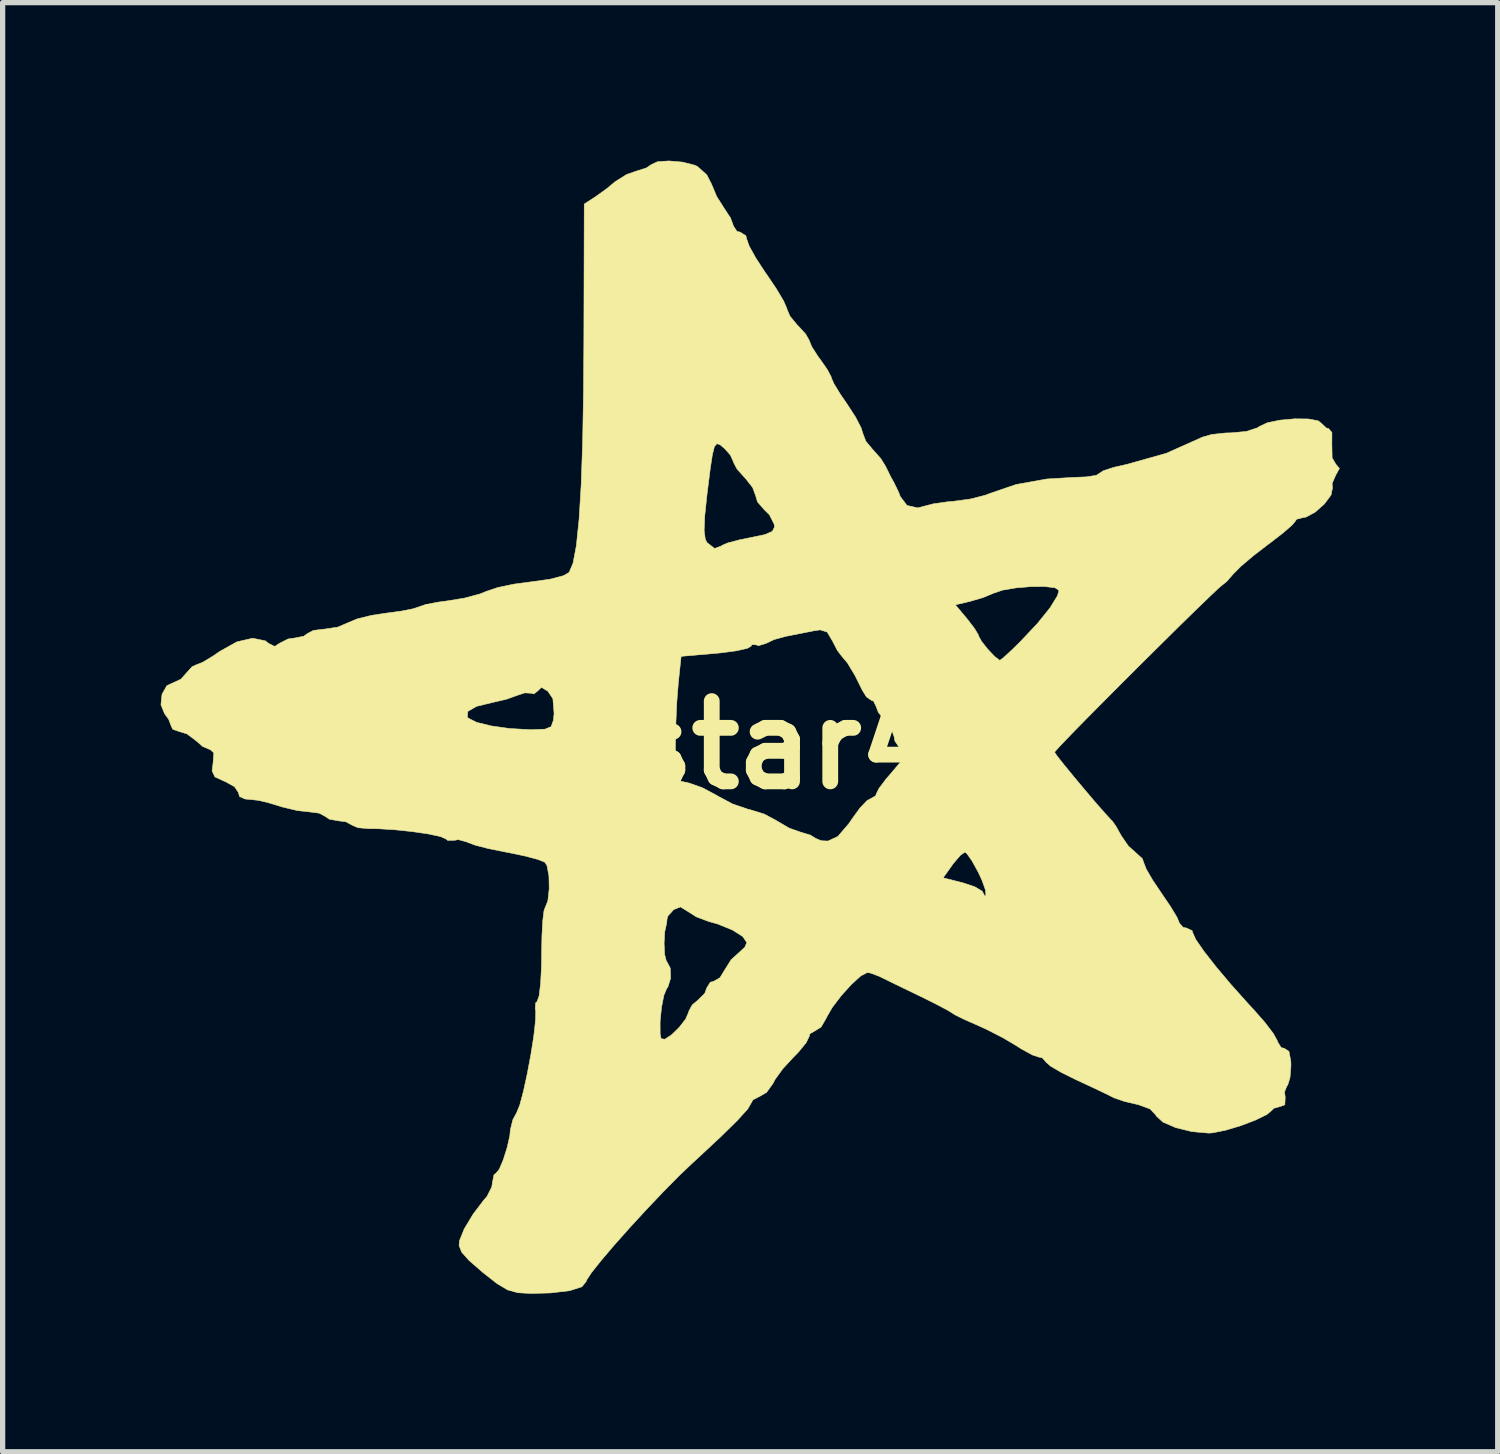
<source format=kicad_pcb>
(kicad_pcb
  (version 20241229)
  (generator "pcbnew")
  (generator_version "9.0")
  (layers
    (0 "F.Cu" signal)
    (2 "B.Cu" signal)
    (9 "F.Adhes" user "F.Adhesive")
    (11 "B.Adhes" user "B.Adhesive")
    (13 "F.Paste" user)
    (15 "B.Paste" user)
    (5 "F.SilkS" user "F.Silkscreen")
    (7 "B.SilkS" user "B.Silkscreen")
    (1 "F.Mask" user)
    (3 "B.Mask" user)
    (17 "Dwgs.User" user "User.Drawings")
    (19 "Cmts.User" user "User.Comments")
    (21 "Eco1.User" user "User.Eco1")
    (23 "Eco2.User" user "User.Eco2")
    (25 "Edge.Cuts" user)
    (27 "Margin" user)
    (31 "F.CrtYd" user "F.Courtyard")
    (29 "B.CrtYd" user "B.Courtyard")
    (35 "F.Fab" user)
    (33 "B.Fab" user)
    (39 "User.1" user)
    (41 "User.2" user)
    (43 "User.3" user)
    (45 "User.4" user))
  (footprint "star4"
    (layer "F.Cu")
    (at 11.803 11.093)
    (property "Reference" "star4" (at 0 0 0) (layer "F.SilkS") (effects (font (size 1.524 1.524) (thickness 0.3))))
    (attr through_hole)
    (fp_poly (pts (xy -1.898 -11.066) (xy -1.668 -11.008) (xy -1.615 -10.984) (xy -1.437 -10.824) (xy -1.347 -10.649) (xy -1.249 -10.414) (xy -1.109 -10.193) (xy -0.986 -10.006) (xy -0.932 -9.858) (xy -0.931 -9.852) (xy -0.863 -9.75) (xy -0.804 -9.737) (xy -0.695 -9.668) (xy -0.677 -9.599) (xy -0.63 -9.468) (xy -0.506 -9.245) (xy -0.33 -8.976) (xy -0.296 -8.928) (xy -0.114 -8.658) (xy 0.021 -8.431) (xy 0.083 -8.289) (xy 0.085 -8.276) (xy 0.142 -8.141) (xy 0.282 -7.972) (xy 0.296 -7.959) (xy 0.44 -7.802) (xy 0.507 -7.684) (xy 0.508 -7.677) (xy 0.556 -7.562) (xy 0.674 -7.378) (xy 0.72 -7.316) (xy 0.853 -7.125) (xy 0.926 -6.986) (xy 0.931 -6.963) (xy 0.977 -6.859) (xy 1.096 -6.664) (xy 1.228 -6.471) (xy 1.387 -6.226) (xy 1.494 -6.019) (xy 1.524 -5.919) (xy 1.583 -5.766) (xy 1.703 -5.622) (xy 1.866 -5.439) (xy 1.957 -5.292) (xy 2.056 -5.09) (xy 2.11 -4.995) (xy 2.206 -4.799) (xy 2.236 -4.718) (xy 2.364 -4.548) (xy 2.571 -4.502) (xy 2.688 -4.534) (xy 2.858 -4.578) (xy 3.12 -4.616) (xy 3.26 -4.629) (xy 3.569 -4.671) (xy 3.851 -4.743) (xy 3.937 -4.776) (xy 4.435 -4.946) (xy 5.019 -5.051) (xy 5.505 -5.08) (xy 5.772 -5.091) (xy 5.956 -5.12) (xy 6.011 -5.154) (xy 6.088 -5.206) (xy 6.286 -5.271) (xy 6.54 -5.329) (xy 7.285 -5.538) (xy 7.979 -5.848) (xy 8.15 -5.896) (xy 8.41 -5.924) (xy 8.522 -5.927) (xy 8.803 -5.953) (xy 9.013 -6.021) (xy 9.054 -6.048) (xy 9.205 -6.119) (xy 9.447 -6.168) (xy 9.723 -6.193) (xy 9.981 -6.19) (xy 10.167 -6.156) (xy 10.226 -6.111) (xy 10.326 -6.017) (xy 10.362 -6.011) (xy 10.43 -5.934) (xy 10.429 -5.705) (xy 10.434 -5.452) (xy 10.504 -5.331) (xy 10.572 -5.251) (xy 10.508 -5.134) (xy 10.505 -5.13) (xy 10.434 -4.968) (xy 10.44 -4.879) (xy 10.413 -4.746) (xy 10.288 -4.578) (xy 10.113 -4.422) (xy 9.939 -4.328) (xy 9.88 -4.318) (xy 9.757 -4.286) (xy 9.737 -4.252) (xy 9.673 -4.175) (xy 9.505 -4.029) (xy 9.266 -3.844) (xy 9.221 -3.811) (xy 8.945 -3.599) (xy 8.707 -3.398) (xy 8.557 -3.248) (xy 8.552 -3.242) (xy 8.431 -3.103) (xy 8.361 -3.048) (xy 8.292 -2.991) (xy 8.123 -2.832) (xy 7.874 -2.592) (xy 7.563 -2.288) (xy 7.211 -1.94) (xy 6.835 -1.568) (xy 6.456 -1.19) (xy 6.093 -0.825) (xy 5.764 -0.493) (xy 5.489 -0.212) (xy 5.288 -0.003) (xy 5.179 0.116) (xy 5.165 0.136) (xy 5.215 0.21) (xy 5.348 0.378) (xy 5.535 0.606) (xy 5.746 0.858) (xy 5.953 1.102) (xy 6.128 1.301) (xy 6.241 1.424) (xy 6.258 1.439) (xy 6.329 1.538) (xy 6.429 1.717) (xy 6.431 1.721) (xy 6.567 1.918) (xy 6.706 2.042) (xy 6.832 2.157) (xy 6.858 2.233) (xy 6.905 2.354) (xy 7.027 2.564) (xy 7.197 2.816) (xy 7.367 3.067) (xy 7.489 3.269) (xy 7.535 3.38) (xy 7.535 3.38) (xy 7.604 3.461) (xy 7.662 3.471) (xy 7.775 3.522) (xy 7.789 3.565) (xy 7.844 3.688) (xy 7.996 3.909) (xy 8.225 4.202) (xy 8.51 4.541) (xy 8.832 4.901) (xy 8.94 5.018) (xy 9.157 5.264) (xy 9.318 5.476) (xy 9.395 5.615) (xy 9.398 5.632) (xy 9.466 5.743) (xy 9.525 5.757) (xy 9.614 5.814) (xy 9.65 6.002) (xy 9.652 6.091) (xy 9.634 6.315) (xy 9.59 6.457) (xy 9.575 6.472) (xy 9.531 6.582) (xy 9.543 6.689) (xy 9.536 6.829) (xy 9.457 6.858) (xy 9.325 6.895) (xy 9.299 6.925) (xy 9.195 7.013) (xy 8.978 7.119) (xy 8.699 7.225) (xy 8.41 7.312) (xy 8.164 7.361) (xy 8.09 7.366) (xy 7.77 7.337) (xy 7.465 7.262) (xy 7.222 7.157) (xy 7.093 7.039) (xy 7.085 7.02) (xy 6.979 6.908) (xy 6.757 6.826) (xy 6.732 6.821) (xy 6.484 6.762) (xy 6.294 6.696) (xy 6.276 6.687) (xy 6.134 6.616) (xy 5.888 6.499) (xy 5.591 6.361) (xy 5.567 6.35) (xy 5.291 6.213) (xy 5.088 6.094) (xy 4.997 6.014) (xy 4.995 6.007) (xy 4.928 5.934) (xy 4.88 5.927) (xy 4.743 5.882) (xy 4.537 5.769) (xy 4.456 5.717) (xy 4.191 5.559) (xy 3.866 5.393) (xy 3.703 5.319) (xy 3.454 5.209) (xy 3.275 5.121) (xy 3.217 5.084) (xy 3.126 5.028) (xy 2.921 4.92) (xy 2.645 4.782) (xy 2.582 4.752) (xy 2.278 4.605) (xy 2.019 4.479) (xy 1.856 4.399) (xy 1.843 4.392) (xy 1.677 4.329) (xy 1.61 4.318) (xy 1.488 4.381) (xy 1.311 4.541) (xy 1.118 4.754) (xy 0.947 4.978) (xy 0.837 5.168) (xy 0.83 5.186) (xy 0.733 5.353) (xy 0.627 5.419) (xy 0.52 5.481) (xy 0.508 5.529) (xy 0.451 5.648) (xy 0.305 5.827) (xy 0.203 5.931) (xy 0.006 6.145) (xy -0.142 6.35) (xy -0.179 6.422) (xy -0.302 6.593) (xy -0.424 6.664) (xy -0.561 6.735) (xy -0.593 6.793) (xy -0.658 6.906) (xy -0.854 7.123) (xy -1.179 7.442) (xy -1.629 7.861) (xy -1.696 7.922) (xy -1.958 8.171) (xy -2.261 8.478) (xy -2.583 8.817) (xy -2.903 9.165) (xy -3.198 9.497) (xy -3.446 9.789) (xy -3.627 10.017) (xy -3.719 10.157) (xy -3.725 10.18) (xy -3.806 10.282) (xy -4.038 10.357) (xy -4.402 10.4) (xy -4.784 10.41) (xy -5.023 10.396) (xy -5.215 10.343) (xy -5.416 10.224) (xy -5.683 10.015) (xy -5.691 10.008) (xy -5.948 9.785) (xy -6.089 9.626) (xy -6.139 9.498) (xy -6.132 9.411) (xy -6.042 9.187) (xy -5.873 8.906) (xy -5.666 8.633) (xy -5.609 8.569) (xy -5.518 8.388) (xy -5.503 8.291) (xy -5.476 8.157) (xy -5.439 8.128) (xy -5.377 8.055) (xy -5.3 7.874) (xy -5.227 7.642) (xy -5.176 7.419) (xy -5.165 7.302) (xy -5.118 7.112) (xy -5.048 6.983) (xy -4.987 6.835) (xy -4.917 6.572) (xy -4.844 6.238) (xy -4.776 5.876) (xy -4.721 5.528) (xy -4.69 5.252) (xy -2.323 5.252) (xy -2.322 5.48) (xy -2.305 5.573) (xy -2.234 5.585) (xy -2.106 5.501) (xy -1.96 5.359) (xy -1.837 5.2) (xy -1.779 5.066) (xy -1.778 5.053) (xy -1.713 4.933) (xy -1.609 4.846) (xy -1.475 4.714) (xy -1.439 4.614) (xy -1.371 4.502) (xy -1.31 4.487) (xy -1.187 4.417) (xy -1.102 4.278) (xy -0.974 4.074) (xy -0.85 3.962) (xy -0.715 3.838) (xy -0.677 3.749) (xy -0.753 3.635) (xy -0.952 3.509) (xy -1.231 3.396) (xy -1.397 3.35) (xy -1.632 3.262) (xy -1.798 3.157) (xy -1.937 3.072) (xy -2.062 3.122) (xy -2.07 3.129) (xy -2.172 3.241) (xy -2.189 3.289) (xy -2.2 3.387) (xy -2.235 3.546) (xy -2.247 3.766) (xy -2.237 3.974) (xy -2.205 4.1) (xy -2.196 4.109) (xy -2.13 4.233) (xy -2.123 4.424) (xy -2.175 4.592) (xy -2.196 4.619) (xy -2.252 4.752) (xy -2.297 4.986) (xy -2.323 5.252) (xy -4.69 5.252) (xy -4.688 5.238) (xy -4.683 5.048) (xy -4.693 5.004) (xy -4.685 4.893) (xy -4.658 4.869) (xy -4.62 4.765) (xy -4.591 4.527) (xy -4.574 4.193) (xy -4.572 3.988) (xy -4.566 3.629) (xy -4.55 3.335) (xy -4.527 3.146) (xy -4.511 3.1) (xy -4.454 2.96) (xy -4.428 2.731) (xy -4.432 2.52) (xy 3.05 2.52) (xy 3.43 2.616) (xy 3.655 2.692) (xy 3.792 2.775) (xy 3.81 2.809) (xy 3.842 2.868) (xy 3.861 2.856) (xy 3.856 2.758) (xy 3.786 2.563) (xy 3.719 2.418) (xy 3.598 2.198) (xy 3.499 2.058) (xy 3.462 2.032) (xy 3.375 2.094) (xy 3.245 2.247) (xy 3.224 2.276) (xy 3.05 2.52) (xy -4.432 2.52) (xy -4.433 2.484) (xy -4.47 2.289) (xy -4.508 2.226) (xy -4.639 2.172) (xy -4.887 2.106) (xy -5.203 2.04) (xy -5.249 2.032) (xy -5.57 1.968) (xy -5.83 1.901) (xy -5.98 1.846) (xy -5.989 1.84) (xy -6.154 1.794) (xy -6.219 1.807) (xy -6.354 1.81) (xy -6.391 1.781) (xy -6.493 1.736) (xy -6.719 1.688) (xy -7.022 1.643) (xy -7.356 1.608) (xy -7.676 1.588) (xy -7.853 1.586) (xy -8.056 1.569) (xy -8.173 1.519) (xy -8.176 1.516) (xy -8.288 1.456) (xy -8.424 1.439) (xy -8.602 1.407) (xy -8.678 1.355) (xy -8.793 1.293) (xy -8.969 1.27) (xy -9.21 1.243) (xy -9.491 1.176) (xy -9.536 1.162) (xy -9.77 1.091) (xy -9.943 1.051) (xy -9.97 1.047) (xy -10.2 1.024) (xy -10.305 0.978) (xy -10.329 0.897) (xy -10.401 0.791) (xy -10.576 0.693) (xy -10.594 0.686) (xy -10.773 0.604) (xy -10.827 0.492) (xy -10.808 0.339) (xy -10.794 0.148) (xy -10.863 0.085) (xy -10.869 0.085) (xy -11.005 0.027) (xy -11.029 0.006) (xy -2.032 0.006) (xy -2.032 0.664) (xy -1.769 0.722) (xy -1.52 0.81) (xy -1.255 0.951) (xy -1.221 0.972) (xy -0.945 1.119) (xy -0.65 1.219) (xy -0.621 1.225) (xy -0.351 1.308) (xy -0.12 1.43) (xy -0.106 1.44) (xy 0.133 1.579) (xy 0.342 1.652) (xy 0.532 1.71) (xy 0.63 1.771) (xy 0.736 1.816) (xy 0.864 1.822) (xy 1.052 1.734) (xy 1.264 1.487) (xy 1.312 1.414) (xy 1.47 1.196) (xy 1.608 1.052) (xy 1.672 1.018) (xy 1.771 0.963) (xy 1.778 0.932) (xy 1.831 0.825) (xy 1.966 0.645) (xy 2.075 0.519) (xy 2.243 0.32) (xy 2.306 0.199) (xy 2.277 0.117) (xy 2.244 0.085) (xy 2.135 -0.075) (xy 2.117 -0.167) (xy 2.058 -0.331) (xy 1.947 -0.466) (xy 1.82 -0.62) (xy 1.778 -0.733) (xy 1.727 -0.837) (xy 1.691 -0.847) (xy 1.594 -0.915) (xy 1.518 -1.037) (xy 1.374 -1.326) (xy 1.234 -1.558) (xy 1.128 -1.684) (xy 1.044 -1.793) (xy 0.948 -1.978) (xy 0.849 -2.145) (xy 0.716 -2.187) (xy 0.59 -2.168) (xy 0.314 -2.113) (xy 0.064 -2.064) (xy -0.159 -2.003) (xy -0.312 -1.93) (xy -0.314 -1.929) (xy -0.454 -1.887) (xy -0.504 -1.903) (xy -0.585 -1.906) (xy -0.593 -1.879) (xy -0.67 -1.835) (xy -0.877 -1.789) (xy -1.172 -1.75) (xy -1.258 -1.742) (xy -1.924 -1.684) (xy -1.978 -1.168) (xy -2.006 -0.811) (xy -2.025 -0.38) (xy -2.032 0.006) (xy -11.029 0.006) (xy -11.134 -0.085) (xy -11.305 -0.213) (xy -11.443 -0.254) (xy -11.573 -0.299) (xy -11.599 -0.353) (xy -11.652 -0.49) (xy -11.684 -0.535) (xy -5.983 -0.535) (xy -5.962 -0.51) (xy -5.805 -0.431) (xy -5.527 -0.363) (xy -5.179 -0.314) (xy -4.809 -0.293) (xy -4.741 -0.293) (xy -4.507 -0.302) (xy -4.392 -0.349) (xy -4.348 -0.471) (xy -4.335 -0.6) (xy -4.358 -0.881) (xy -4.454 -1.023) (xy -4.576 -1.096) (xy -4.634 -1.04) (xy -4.635 -1.037) (xy -4.717 -0.971) (xy -4.757 -0.983) (xy -4.892 -0.991) (xy -5.025 -0.947) (xy -5.237 -0.871) (xy -5.497 -0.81) (xy -5.503 -0.809) (xy -5.807 -0.735) (xy -5.972 -0.64) (xy -5.983 -0.535) (xy -11.684 -0.535) (xy -11.729 -0.595) (xy -11.798 -0.766) (xy -11.777 -0.966) (xy -11.685 -1.128) (xy -11.56 -1.185) (xy -11.418 -1.251) (xy -11.326 -1.355) (xy -11.207 -1.487) (xy -11.126 -1.524) (xy -11.008 -1.57) (xy -10.81 -1.689) (xy -10.681 -1.778) (xy -10.357 -1.959) (xy -10.057 -2.028) (xy -9.818 -1.979) (xy -9.754 -1.93) (xy -9.638 -1.872) (xy -9.55 -1.93) (xy -9.387 -2.013) (xy -9.259 -2.032) (xy -9.087 -2.066) (xy -9.017 -2.117) (xy -8.904 -2.176) (xy -8.701 -2.201) (xy -8.692 -2.201) (xy -8.441 -2.239) (xy -8.247 -2.322) (xy -8.073 -2.395) (xy -7.796 -2.463) (xy -7.53 -2.503) (xy -7.235 -2.543) (xy -7.006 -2.588) (xy -6.9 -2.624) (xy -6.79 -2.662) (xy 3.282 -2.662) (xy 3.503 -2.398) (xy 3.643 -2.217) (xy 3.72 -2.088) (xy 3.725 -2.068) (xy 3.777 -1.971) (xy 3.895 -1.822) (xy 4.028 -1.681) (xy 4.121 -1.61) (xy 4.128 -1.609) (xy 4.201 -1.664) (xy 4.355 -1.806) (xy 4.515 -1.963) (xy 4.84 -2.308) (xy 5.08 -2.606) (xy 5.22 -2.834) (xy 5.249 -2.936) (xy 5.174 -2.986) (xy 4.981 -3.009) (xy 4.718 -3.008) (xy 4.434 -2.984) (xy 4.178 -2.941) (xy 3.999 -2.88) (xy 3.997 -2.879) (xy 3.814 -2.802) (xy 3.573 -2.731) (xy 3.567 -2.729) (xy 3.282 -2.662) (xy -6.79 -2.662) (xy -6.774 -2.667) (xy -6.539 -2.713) (xy -6.344 -2.739) (xy -6.027 -2.792) (xy -5.738 -2.87) (xy -5.62 -2.918) (xy -5.407 -2.99) (xy -5.093 -3.056) (xy -4.758 -3.1) (xy -4.409 -3.149) (xy -4.157 -3.215) (xy -4.049 -3.278) (xy -3.975 -3.453) (xy -3.912 -3.787) (xy -3.883 -4.071) (xy -1.487 -4.071) (xy -1.465 -3.907) (xy -1.432 -3.843) (xy -1.289 -3.732) (xy -1.16 -3.779) (xy -1.151 -3.789) (xy -1.039 -3.837) (xy -0.814 -3.896) (xy -0.608 -3.938) (xy -0.334 -3.995) (xy -0.194 -4.055) (xy -0.152 -4.136) (xy -0.156 -4.19) (xy -0.247 -4.371) (xy -0.347 -4.469) (xy -0.475 -4.618) (xy -0.508 -4.731) (xy -0.566 -4.889) (xy -0.708 -5.069) (xy -0.72 -5.08) (xy -0.864 -5.242) (xy -0.931 -5.37) (xy -0.931 -5.378) (xy -0.989 -5.505) (xy -1.099 -5.629) (xy -1.184 -5.701) (xy -1.245 -5.721) (xy -1.291 -5.667) (xy -1.33 -5.516) (xy -1.371 -5.246) (xy -1.423 -4.833) (xy -1.433 -4.753) (xy -1.476 -4.344) (xy -1.487 -4.071) (xy -3.883 -4.071) (xy -3.861 -4.281) (xy -3.821 -4.937) (xy -3.793 -5.758) (xy -3.776 -6.744) (xy -3.77 -7.611) (xy -3.763 -10.27) (xy -3.554 -10.405) (xy -3.331 -10.565) (xy -3.175 -10.695) (xy -2.958 -10.831) (xy -2.771 -10.896) (xy -2.584 -10.955) (xy -2.491 -11.018) (xy -2.373 -11.073) (xy -2.154 -11.088) (xy -1.898 -11.066)) (stroke (width 0.01) (type solid)) (fill yes) (layer "F.SilkS")))
  (gr_rect
    (start -3 -3)
    (end 25.38 24.508)
    (stroke (width 0.1) (type default))
    (fill no)
    (layer "Edge.Cuts")))
</source>
